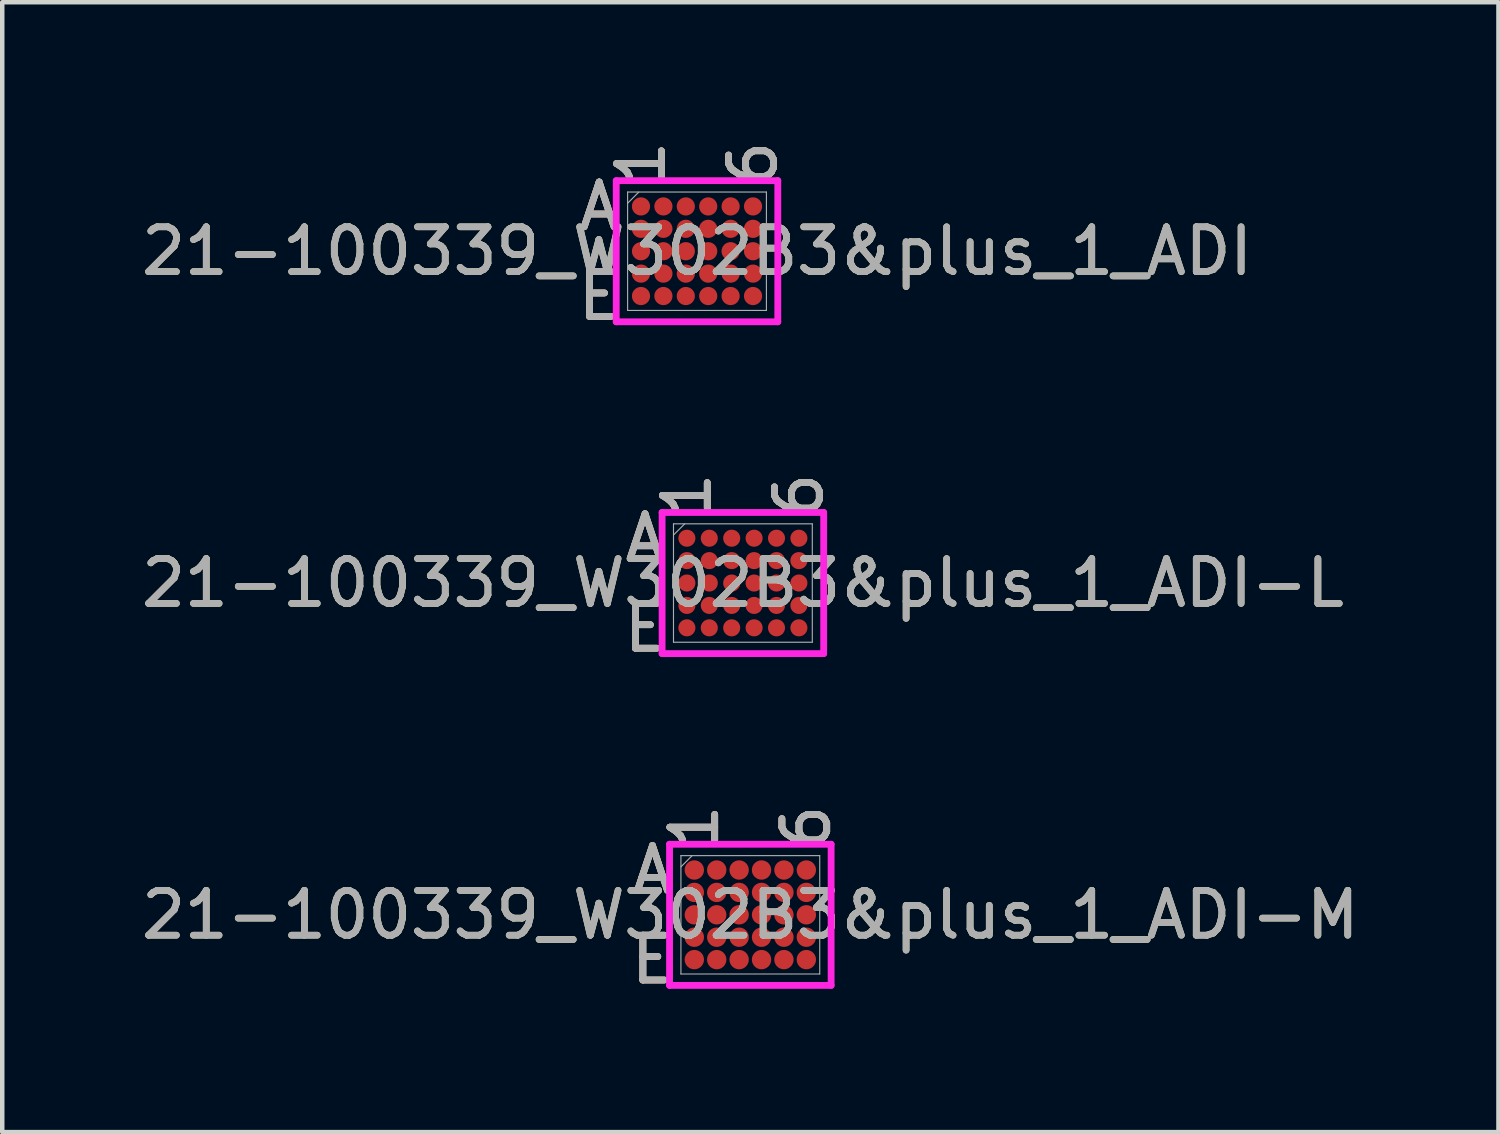
<source format=kicad_pcb>
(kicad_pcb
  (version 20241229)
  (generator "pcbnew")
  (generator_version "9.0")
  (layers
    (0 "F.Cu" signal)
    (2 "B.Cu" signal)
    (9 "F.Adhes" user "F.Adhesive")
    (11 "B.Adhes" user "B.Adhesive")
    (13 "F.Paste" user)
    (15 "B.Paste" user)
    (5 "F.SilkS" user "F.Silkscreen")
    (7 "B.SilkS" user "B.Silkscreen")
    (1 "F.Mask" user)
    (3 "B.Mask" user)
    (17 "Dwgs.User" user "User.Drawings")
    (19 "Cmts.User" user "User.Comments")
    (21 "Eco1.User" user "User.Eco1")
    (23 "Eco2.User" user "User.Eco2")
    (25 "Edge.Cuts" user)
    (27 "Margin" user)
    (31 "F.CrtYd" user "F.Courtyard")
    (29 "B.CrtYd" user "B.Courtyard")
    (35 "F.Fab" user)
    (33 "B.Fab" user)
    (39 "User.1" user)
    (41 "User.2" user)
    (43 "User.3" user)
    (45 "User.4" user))
  (footprint "21-100339_W302B3&plus_1_ADI"
    (layer "F.Cu")
    (at 12.506 2.557)
    (property "Reference" "21-100339_W302B3&plus_1_ADI" (at 0 0 0) (unlocked yes) (layer "F.SilkS") (effects (font (size 1 1) (thickness 0.15))))
    (attr smd)
    (fp_poly (pts (xy -1.944 -1.694) (xy 1.944 -1.694) (xy 1.944 1.694) (xy -1.944 1.694)) (stroke (width 0.1) (type solid)) (fill no) (layer "Eco2.User"))
    (fp_line (start -1.803 -1.575) (end 1.803 -1.575) (stroke (width 0.152) (type solid)) (layer "F.CrtYd"))
    (fp_line (start -1.803 1.575) (end -1.803 -1.575) (stroke (width 0.152) (type solid)) (layer "F.CrtYd"))
    (fp_line (start 1.803 -1.575) (end 1.803 1.575) (stroke (width 0.152) (type solid)) (layer "F.CrtYd"))
    (fp_line (start 1.803 1.575) (end -1.803 1.575) (stroke (width 0.152) (type solid)) (layer "F.CrtYd"))
    (fp_line (start -1.549 -1.321) (end -1.549 1.321) (stroke (width 0.025) (type solid)) (layer "F.Fab"))
    (fp_line (start -1.549 1.321) (end 1.549 1.321) (stroke (width 0.025) (type solid)) (layer "F.Fab"))
    (fp_line (start -1.299 -1.321) (end -1.549 -1.071) (stroke (width 0.025) (type solid)) (layer "F.Fab"))
    (fp_line (start 1.549 -1.321) (end -1.549 -1.321) (stroke (width 0.025) (type solid)) (layer "F.Fab"))
    (fp_line (start 1.549 1.321) (end 1.549 -1.321) (stroke (width 0.025) (type solid)) (layer "F.Fab"))
    (fp_text user "6" (at 1.25 -1.956 90) (unlocked yes) (layer "F.SilkS") (effects (font (size 1 1) (thickness 0.15))))
    (fp_text user "E" (at -2.184 1 0) (unlocked yes) (layer "F.SilkS") (effects (font (size 1 1) (thickness 0.15))))
    (fp_text user "1" (at -1.25 -1.956 90) (unlocked yes) (layer "F.SilkS") (effects (font (size 1 1) (thickness 0.15))))
    (fp_text user "A" (at -2.184 -1 0) (unlocked yes) (layer "F.SilkS") (effects (font (size 1 1) (thickness 0.15))))
    (fp_text user "E" (at -2.184 1 0) (unlocked yes) (layer "B.SilkS") (effects (font (size 1 1) (thickness 0.15))))
    (fp_text user "A" (at -2.184 -1 0) (unlocked yes) (layer "B.SilkS") (effects (font (size 1 1) (thickness 0.15))))
    (fp_text user "1" (at -1.25 -1.956 90) (unlocked yes) (layer "B.SilkS") (effects (font (size 1 1) (thickness 0.15))))
    (fp_text user "6" (at 1.25 -1.956 90) (unlocked yes) (layer "B.SilkS") (effects (font (size 1 1) (thickness 0.15))))
    (fp_text user "E" (at -2.184 1 0) (unlocked yes) (layer "F.Fab") (effects (font (size 1 1) (thickness 0.15))))
    (fp_text user "${REFERENCE}" (at 0 0 0) (unlocked yes) (layer "F.Fab") (effects (font (size 1 1) (thickness 0.15))))
    (fp_text user "1" (at -1.25 -1.956 90) (unlocked yes) (layer "F.Fab") (effects (font (size 1 1) (thickness 0.15))))
    (fp_text user "A" (at -2.184 -1 0) (unlocked yes) (layer "F.Fab") (effects (font (size 1 1) (thickness 0.15))))
    (fp_text user "6" (at 1.25 -1.956 90) (unlocked yes) (layer "F.Fab") (effects (font (size 1 1) (thickness 0.15))))
    (pad "A1" smd circle (at -1.25 -1) (size 0.406 0.406) (layers "F.Cu" "F.Mask" "F.Paste"))
    (pad "A2" smd circle (at -0.75 -1) (size 0.406 0.406) (layers "F.Cu" "F.Mask" "F.Paste"))
    (pad "A3" smd circle (at -0.25 -1) (size 0.406 0.406) (layers "F.Cu" "F.Mask" "F.Paste"))
    (pad "A4" smd circle (at 0.25 -1) (size 0.406 0.406) (layers "F.Cu" "F.Mask" "F.Paste"))
    (pad "A5" smd circle (at 0.75 -1) (size 0.406 0.406) (layers "F.Cu" "F.Mask" "F.Paste"))
    (pad "A6" smd circle (at 1.25 -1) (size 0.406 0.406) (layers "F.Cu" "F.Mask" "F.Paste"))
    (pad "B1" smd circle (at -1.25 -0.5) (size 0.406 0.406) (layers "F.Cu" "F.Mask" "F.Paste"))
    (pad "B2" smd circle (at -0.75 -0.5) (size 0.406 0.406) (layers "F.Cu" "F.Mask" "F.Paste"))
    (pad "B3" smd circle (at -0.25 -0.5) (size 0.406 0.406) (layers "F.Cu" "F.Mask" "F.Paste"))
    (pad "B4" smd circle (at 0.25 -0.5) (size 0.406 0.406) (layers "F.Cu" "F.Mask" "F.Paste"))
    (pad "B5" smd circle (at 0.75 -0.5) (size 0.406 0.406) (layers "F.Cu" "F.Mask" "F.Paste"))
    (pad "B6" smd circle (at 1.25 -0.5) (size 0.406 0.406) (layers "F.Cu" "F.Mask" "F.Paste"))
    (pad "C1" smd circle (at -1.25 0) (size 0.406 0.406) (layers "F.Cu" "F.Mask" "F.Paste"))
    (pad "C2" smd circle (at -0.75 0) (size 0.406 0.406) (layers "F.Cu" "F.Mask" "F.Paste"))
    (pad "C3" smd circle (at -0.25 0) (size 0.406 0.406) (layers "F.Cu" "F.Mask" "F.Paste"))
    (pad "C4" smd circle (at 0.25 0) (size 0.406 0.406) (layers "F.Cu" "F.Mask" "F.Paste"))
    (pad "C5" smd circle (at 0.75 0) (size 0.406 0.406) (layers "F.Cu" "F.Mask" "F.Paste"))
    (pad "C6" smd circle (at 1.25 0) (size 0.406 0.406) (layers "F.Cu" "F.Mask" "F.Paste"))
    (pad "D1" smd circle (at -1.25 0.5) (size 0.406 0.406) (layers "F.Cu" "F.Mask" "F.Paste"))
    (pad "D2" smd circle (at -0.75 0.5) (size 0.406 0.406) (layers "F.Cu" "F.Mask" "F.Paste"))
    (pad "D3" smd circle (at -0.25 0.5) (size 0.406 0.406) (layers "F.Cu" "F.Mask" "F.Paste"))
    (pad "D4" smd circle (at 0.25 0.5) (size 0.406 0.406) (layers "F.Cu" "F.Mask" "F.Paste"))
    (pad "D5" smd circle (at 0.75 0.5) (size 0.406 0.406) (layers "F.Cu" "F.Mask" "F.Paste"))
    (pad "D6" smd circle (at 1.25 0.5) (size 0.406 0.406) (layers "F.Cu" "F.Mask" "F.Paste"))
    (pad "E1" smd circle (at -1.25 1) (size 0.406 0.406) (layers "F.Cu" "F.Mask" "F.Paste"))
    (pad "E2" smd circle (at -0.75 1) (size 0.406 0.406) (layers "F.Cu" "F.Mask" "F.Paste"))
    (pad "E3" smd circle (at -0.25 1) (size 0.406 0.406) (layers "F.Cu" "F.Mask" "F.Paste"))
    (pad "E4" smd circle (at 0.25 1) (size 0.406 0.406) (layers "F.Cu" "F.Mask" "F.Paste"))
    (pad "E5" smd circle (at 0.75 1) (size 0.406 0.406) (layers "F.Cu" "F.Mask" "F.Paste"))
    (pad "E6" smd circle (at 1.25 1) (size 0.406 0.406) (layers "F.Cu" "F.Mask" "F.Paste")))
  (footprint "21-100339_W302B3&plus_1_ADI-M"
    (layer "F.Cu")
    (at 13.696 17.367)
    (property "Reference" "21-100339_W302B3&plus_1_ADI-M" (at 0 0 0) (unlocked yes) (layer "F.SilkS") (effects (font (size 1 1) (thickness 0.15))))
    (attr smd)
    (fp_poly (pts (xy -1.944 -1.694) (xy 1.944 -1.694) (xy 1.944 1.694) (xy -1.944 1.694)) (stroke (width 0.1) (type solid)) (fill no) (layer "Eco2.User"))
    (fp_line (start -1.803 -1.575) (end 1.803 -1.575) (stroke (width 0.152) (type solid)) (layer "F.CrtYd"))
    (fp_line (start -1.803 1.575) (end -1.803 -1.575) (stroke (width 0.152) (type solid)) (layer "F.CrtYd"))
    (fp_line (start 1.803 -1.575) (end 1.803 1.575) (stroke (width 0.152) (type solid)) (layer "F.CrtYd"))
    (fp_line (start 1.803 1.575) (end -1.803 1.575) (stroke (width 0.152) (type solid)) (layer "F.CrtYd"))
    (fp_line (start -1.549 -1.321) (end -1.549 1.321) (stroke (width 0.025) (type solid)) (layer "F.Fab"))
    (fp_line (start -1.549 1.321) (end 1.549 1.321) (stroke (width 0.025) (type solid)) (layer "F.Fab"))
    (fp_line (start -1.299 -1.321) (end -1.549 -1.071) (stroke (width 0.025) (type solid)) (layer "F.Fab"))
    (fp_line (start 1.549 -1.321) (end -1.549 -1.321) (stroke (width 0.025) (type solid)) (layer "F.Fab"))
    (fp_line (start 1.549 1.321) (end 1.549 -1.321) (stroke (width 0.025) (type solid)) (layer "F.Fab"))
    (fp_text user "E" (at -2.184 1 0) (unlocked yes) (layer "F.SilkS") (effects (font (size 1 1) (thickness 0.15))))
    (fp_text user "6" (at 1.25 -1.956 90) (unlocked yes) (layer "F.SilkS") (effects (font (size 1 1) (thickness 0.15))))
    (fp_text user "1" (at -1.25 -1.956 90) (unlocked yes) (layer "F.SilkS") (effects (font (size 1 1) (thickness 0.15))))
    (fp_text user "A" (at -2.184 -1 0) (unlocked yes) (layer "F.SilkS") (effects (font (size 1 1) (thickness 0.15))))
    (fp_text user "6" (at 1.25 -1.956 90) (unlocked yes) (layer "B.SilkS") (effects (font (size 1 1) (thickness 0.15))))
    (fp_text user "1" (at -1.25 -1.956 90) (unlocked yes) (layer "B.SilkS") (effects (font (size 1 1) (thickness 0.15))))
    (fp_text user "E" (at -2.184 1 0) (unlocked yes) (layer "B.SilkS") (effects (font (size 1 1) (thickness 0.15))))
    (fp_text user "A" (at -2.184 -1 0) (unlocked yes) (layer "B.SilkS") (effects (font (size 1 1) (thickness 0.15))))
    (fp_text user "6" (at 1.25 -1.956 90) (unlocked yes) (layer "F.Fab") (effects (font (size 1 1) (thickness 0.15))))
    (fp_text user "1" (at -1.25 -1.956 90) (unlocked yes) (layer "F.Fab") (effects (font (size 1 1) (thickness 0.15))))
    (fp_text user "A" (at -2.184 -1 0) (unlocked yes) (layer "F.Fab") (effects (font (size 1 1) (thickness 0.15))))
    (fp_text user "E" (at -2.184 1 0) (unlocked yes) (layer "F.Fab") (effects (font (size 1 1) (thickness 0.15))))
    (fp_text user "${REFERENCE}" (at 0 0 0) (unlocked yes) (layer "F.Fab") (effects (font (size 1 1) (thickness 0.15))))
    (pad "A1" smd circle (at -1.25 -1) (size 0.432 0.432) (layers "F.Cu" "F.Mask" "F.Paste"))
    (pad "A2" smd circle (at -0.75 -1) (size 0.432 0.432) (layers "F.Cu" "F.Mask" "F.Paste"))
    (pad "A3" smd circle (at -0.25 -1) (size 0.432 0.432) (layers "F.Cu" "F.Mask" "F.Paste"))
    (pad "A4" smd circle (at 0.25 -1) (size 0.432 0.432) (layers "F.Cu" "F.Mask" "F.Paste"))
    (pad "A5" smd circle (at 0.75 -1) (size 0.432 0.432) (layers "F.Cu" "F.Mask" "F.Paste"))
    (pad "A6" smd circle (at 1.25 -1) (size 0.432 0.432) (layers "F.Cu" "F.Mask" "F.Paste"))
    (pad "B1" smd circle (at -1.25 -0.5) (size 0.432 0.432) (layers "F.Cu" "F.Mask" "F.Paste"))
    (pad "B2" smd circle (at -0.75 -0.5) (size 0.432 0.432) (layers "F.Cu" "F.Mask" "F.Paste"))
    (pad "B3" smd circle (at -0.25 -0.5) (size 0.432 0.432) (layers "F.Cu" "F.Mask" "F.Paste"))
    (pad "B4" smd circle (at 0.25 -0.5) (size 0.432 0.432) (layers "F.Cu" "F.Mask" "F.Paste"))
    (pad "B5" smd circle (at 0.75 -0.5) (size 0.432 0.432) (layers "F.Cu" "F.Mask" "F.Paste"))
    (pad "B6" smd circle (at 1.25 -0.5) (size 0.432 0.432) (layers "F.Cu" "F.Mask" "F.Paste"))
    (pad "C1" smd circle (at -1.25 0) (size 0.432 0.432) (layers "F.Cu" "F.Mask" "F.Paste"))
    (pad "C2" smd circle (at -0.75 0) (size 0.432 0.432) (layers "F.Cu" "F.Mask" "F.Paste"))
    (pad "C3" smd circle (at -0.25 0) (size 0.432 0.432) (layers "F.Cu" "F.Mask" "F.Paste"))
    (pad "C4" smd circle (at 0.25 0) (size 0.432 0.432) (layers "F.Cu" "F.Mask" "F.Paste"))
    (pad "C5" smd circle (at 0.75 0) (size 0.432 0.432) (layers "F.Cu" "F.Mask" "F.Paste"))
    (pad "C6" smd circle (at 1.25 0) (size 0.432 0.432) (layers "F.Cu" "F.Mask" "F.Paste"))
    (pad "D1" smd circle (at -1.25 0.5) (size 0.432 0.432) (layers "F.Cu" "F.Mask" "F.Paste"))
    (pad "D2" smd circle (at -0.75 0.5) (size 0.432 0.432) (layers "F.Cu" "F.Mask" "F.Paste"))
    (pad "D3" smd circle (at -0.25 0.5) (size 0.432 0.432) (layers "F.Cu" "F.Mask" "F.Paste"))
    (pad "D4" smd circle (at 0.25 0.5) (size 0.432 0.432) (layers "F.Cu" "F.Mask" "F.Paste"))
    (pad "D5" smd circle (at 0.75 0.5) (size 0.432 0.432) (layers "F.Cu" "F.Mask" "F.Paste"))
    (pad "D6" smd circle (at 1.25 0.5) (size 0.432 0.432) (layers "F.Cu" "F.Mask" "F.Paste"))
    (pad "E1" smd circle (at -1.25 1) (size 0.432 0.432) (layers "F.Cu" "F.Mask" "F.Paste"))
    (pad "E2" smd circle (at -0.75 1) (size 0.432 0.432) (layers "F.Cu" "F.Mask" "F.Paste"))
    (pad "E3" smd circle (at -0.25 1) (size 0.432 0.432) (layers "F.Cu" "F.Mask" "F.Paste"))
    (pad "E4" smd circle (at 0.25 1) (size 0.432 0.432) (layers "F.Cu" "F.Mask" "F.Paste"))
    (pad "E5" smd circle (at 0.75 1) (size 0.432 0.432) (layers "F.Cu" "F.Mask" "F.Paste"))
    (pad "E6" smd circle (at 1.25 1) (size 0.432 0.432) (layers "F.Cu" "F.Mask" "F.Paste")))
  (footprint "21-100339_W302B3&plus_1_ADI-L"
    (layer "F.Cu")
    (at 13.53 9.962)
    (property "Reference" "21-100339_W302B3&plus_1_ADI-L" (at 0 0 0) (unlocked yes) (layer "F.SilkS") (effects (font (size 1 1) (thickness 0.15))))
    (attr smd)
    (fp_poly (pts (xy -1.944 -1.694) (xy 1.944 -1.694) (xy 1.944 1.694) (xy -1.944 1.694)) (stroke (width 0.1) (type solid)) (fill no) (layer "Eco2.User"))
    (fp_line (start -1.803 -1.575) (end 1.803 -1.575) (stroke (width 0.152) (type solid)) (layer "F.CrtYd"))
    (fp_line (start -1.803 1.575) (end -1.803 -1.575) (stroke (width 0.152) (type solid)) (layer "F.CrtYd"))
    (fp_line (start 1.803 -1.575) (end 1.803 1.575) (stroke (width 0.152) (type solid)) (layer "F.CrtYd"))
    (fp_line (start 1.803 1.575) (end -1.803 1.575) (stroke (width 0.152) (type solid)) (layer "F.CrtYd"))
    (fp_line (start -1.549 -1.321) (end -1.549 1.321) (stroke (width 0.025) (type solid)) (layer "F.Fab"))
    (fp_line (start -1.549 1.321) (end 1.549 1.321) (stroke (width 0.025) (type solid)) (layer "F.Fab"))
    (fp_line (start -1.299 -1.321) (end -1.549 -1.071) (stroke (width 0.025) (type solid)) (layer "F.Fab"))
    (fp_line (start 1.549 -1.321) (end -1.549 -1.321) (stroke (width 0.025) (type solid)) (layer "F.Fab"))
    (fp_line (start 1.549 1.321) (end 1.549 -1.321) (stroke (width 0.025) (type solid)) (layer "F.Fab"))
    (fp_text user "1" (at -1.25 -1.956 90) (unlocked yes) (layer "F.SilkS") (effects (font (size 1 1) (thickness 0.15))))
    (fp_text user "E" (at -2.184 1 0) (unlocked yes) (layer "F.SilkS") (effects (font (size 1 1) (thickness 0.15))))
    (fp_text user "A" (at -2.184 -1 0) (unlocked yes) (layer "F.SilkS") (effects (font (size 1 1) (thickness 0.15))))
    (fp_text user "6" (at 1.25 -1.956 90) (unlocked yes) (layer "F.SilkS") (effects (font (size 1 1) (thickness 0.15))))
    (fp_text user "1" (at -1.25 -1.956 90) (unlocked yes) (layer "B.SilkS") (effects (font (size 1 1) (thickness 0.15))))
    (fp_text user "A" (at -2.184 -1 0) (unlocked yes) (layer "B.SilkS") (effects (font (size 1 1) (thickness 0.15))))
    (fp_text user "E" (at -2.184 1 0) (unlocked yes) (layer "B.SilkS") (effects (font (size 1 1) (thickness 0.15))))
    (fp_text user "6" (at 1.25 -1.956 90) (unlocked yes) (layer "B.SilkS") (effects (font (size 1 1) (thickness 0.15))))
    (fp_text user "6" (at 1.25 -1.956 90) (unlocked yes) (layer "F.Fab") (effects (font (size 1 1) (thickness 0.15))))
    (fp_text user "A" (at -2.184 -1 0) (unlocked yes) (layer "F.Fab") (effects (font (size 1 1) (thickness 0.15))))
    (fp_text user "E" (at -2.184 1 0) (unlocked yes) (layer "F.Fab") (effects (font (size 1 1) (thickness 0.15))))
    (fp_text user "${REFERENCE}" (at 0 0 0) (unlocked yes) (layer "F.Fab") (effects (font (size 1 1) (thickness 0.15))))
    (fp_text user "1" (at -1.25 -1.956 90) (unlocked yes) (layer "F.Fab") (effects (font (size 1 1) (thickness 0.15))))
    (pad "A1" smd circle (at -1.25 -1) (size 0.381 0.381) (layers "F.Cu" "F.Mask" "F.Paste"))
    (pad "A2" smd circle (at -0.75 -1) (size 0.381 0.381) (layers "F.Cu" "F.Mask" "F.Paste"))
    (pad "A3" smd circle (at -0.25 -1) (size 0.381 0.381) (layers "F.Cu" "F.Mask" "F.Paste"))
    (pad "A4" smd circle (at 0.25 -1) (size 0.381 0.381) (layers "F.Cu" "F.Mask" "F.Paste"))
    (pad "A5" smd circle (at 0.75 -1) (size 0.381 0.381) (layers "F.Cu" "F.Mask" "F.Paste"))
    (pad "A6" smd circle (at 1.25 -1) (size 0.381 0.381) (layers "F.Cu" "F.Mask" "F.Paste"))
    (pad "B1" smd circle (at -1.25 -0.5) (size 0.381 0.381) (layers "F.Cu" "F.Mask" "F.Paste"))
    (pad "B2" smd circle (at -0.75 -0.5) (size 0.381 0.381) (layers "F.Cu" "F.Mask" "F.Paste"))
    (pad "B3" smd circle (at -0.25 -0.5) (size 0.381 0.381) (layers "F.Cu" "F.Mask" "F.Paste"))
    (pad "B4" smd circle (at 0.25 -0.5) (size 0.381 0.381) (layers "F.Cu" "F.Mask" "F.Paste"))
    (pad "B5" smd circle (at 0.75 -0.5) (size 0.381 0.381) (layers "F.Cu" "F.Mask" "F.Paste"))
    (pad "B6" smd circle (at 1.25 -0.5) (size 0.381 0.381) (layers "F.Cu" "F.Mask" "F.Paste"))
    (pad "C1" smd circle (at -1.25 0) (size 0.381 0.381) (layers "F.Cu" "F.Mask" "F.Paste"))
    (pad "C2" smd circle (at -0.75 0) (size 0.381 0.381) (layers "F.Cu" "F.Mask" "F.Paste"))
    (pad "C3" smd circle (at -0.25 0) (size 0.381 0.381) (layers "F.Cu" "F.Mask" "F.Paste"))
    (pad "C4" smd circle (at 0.25 0) (size 0.381 0.381) (layers "F.Cu" "F.Mask" "F.Paste"))
    (pad "C5" smd circle (at 0.75 0) (size 0.381 0.381) (layers "F.Cu" "F.Mask" "F.Paste"))
    (pad "C6" smd circle (at 1.25 0) (size 0.381 0.381) (layers "F.Cu" "F.Mask" "F.Paste"))
    (pad "D1" smd circle (at -1.25 0.5) (size 0.381 0.381) (layers "F.Cu" "F.Mask" "F.Paste"))
    (pad "D2" smd circle (at -0.75 0.5) (size 0.381 0.381) (layers "F.Cu" "F.Mask" "F.Paste"))
    (pad "D3" smd circle (at -0.25 0.5) (size 0.381 0.381) (layers "F.Cu" "F.Mask" "F.Paste"))
    (pad "D4" smd circle (at 0.25 0.5) (size 0.381 0.381) (layers "F.Cu" "F.Mask" "F.Paste"))
    (pad "D5" smd circle (at 0.75 0.5) (size 0.381 0.381) (layers "F.Cu" "F.Mask" "F.Paste"))
    (pad "D6" smd circle (at 1.25 0.5) (size 0.381 0.381) (layers "F.Cu" "F.Mask" "F.Paste"))
    (pad "E1" smd circle (at -1.25 1) (size 0.381 0.381) (layers "F.Cu" "F.Mask" "F.Paste"))
    (pad "E2" smd circle (at -0.75 1) (size 0.381 0.381) (layers "F.Cu" "F.Mask" "F.Paste"))
    (pad "E3" smd circle (at -0.25 1) (size 0.381 0.381) (layers "F.Cu" "F.Mask" "F.Paste"))
    (pad "E4" smd circle (at 0.25 1) (size 0.381 0.381) (layers "F.Cu" "F.Mask" "F.Paste"))
    (pad "E5" smd circle (at 0.75 1) (size 0.381 0.381) (layers "F.Cu" "F.Mask" "F.Paste"))
    (pad "E6" smd circle (at 1.25 1) (size 0.381 0.381) (layers "F.Cu" "F.Mask" "F.Paste")))
  (gr_rect
    (start -3 -3)
    (end 30.393 22.216)
    (stroke (width 0.1) (type default))
    (fill no)
    (layer "Edge.Cuts")))
</source>
